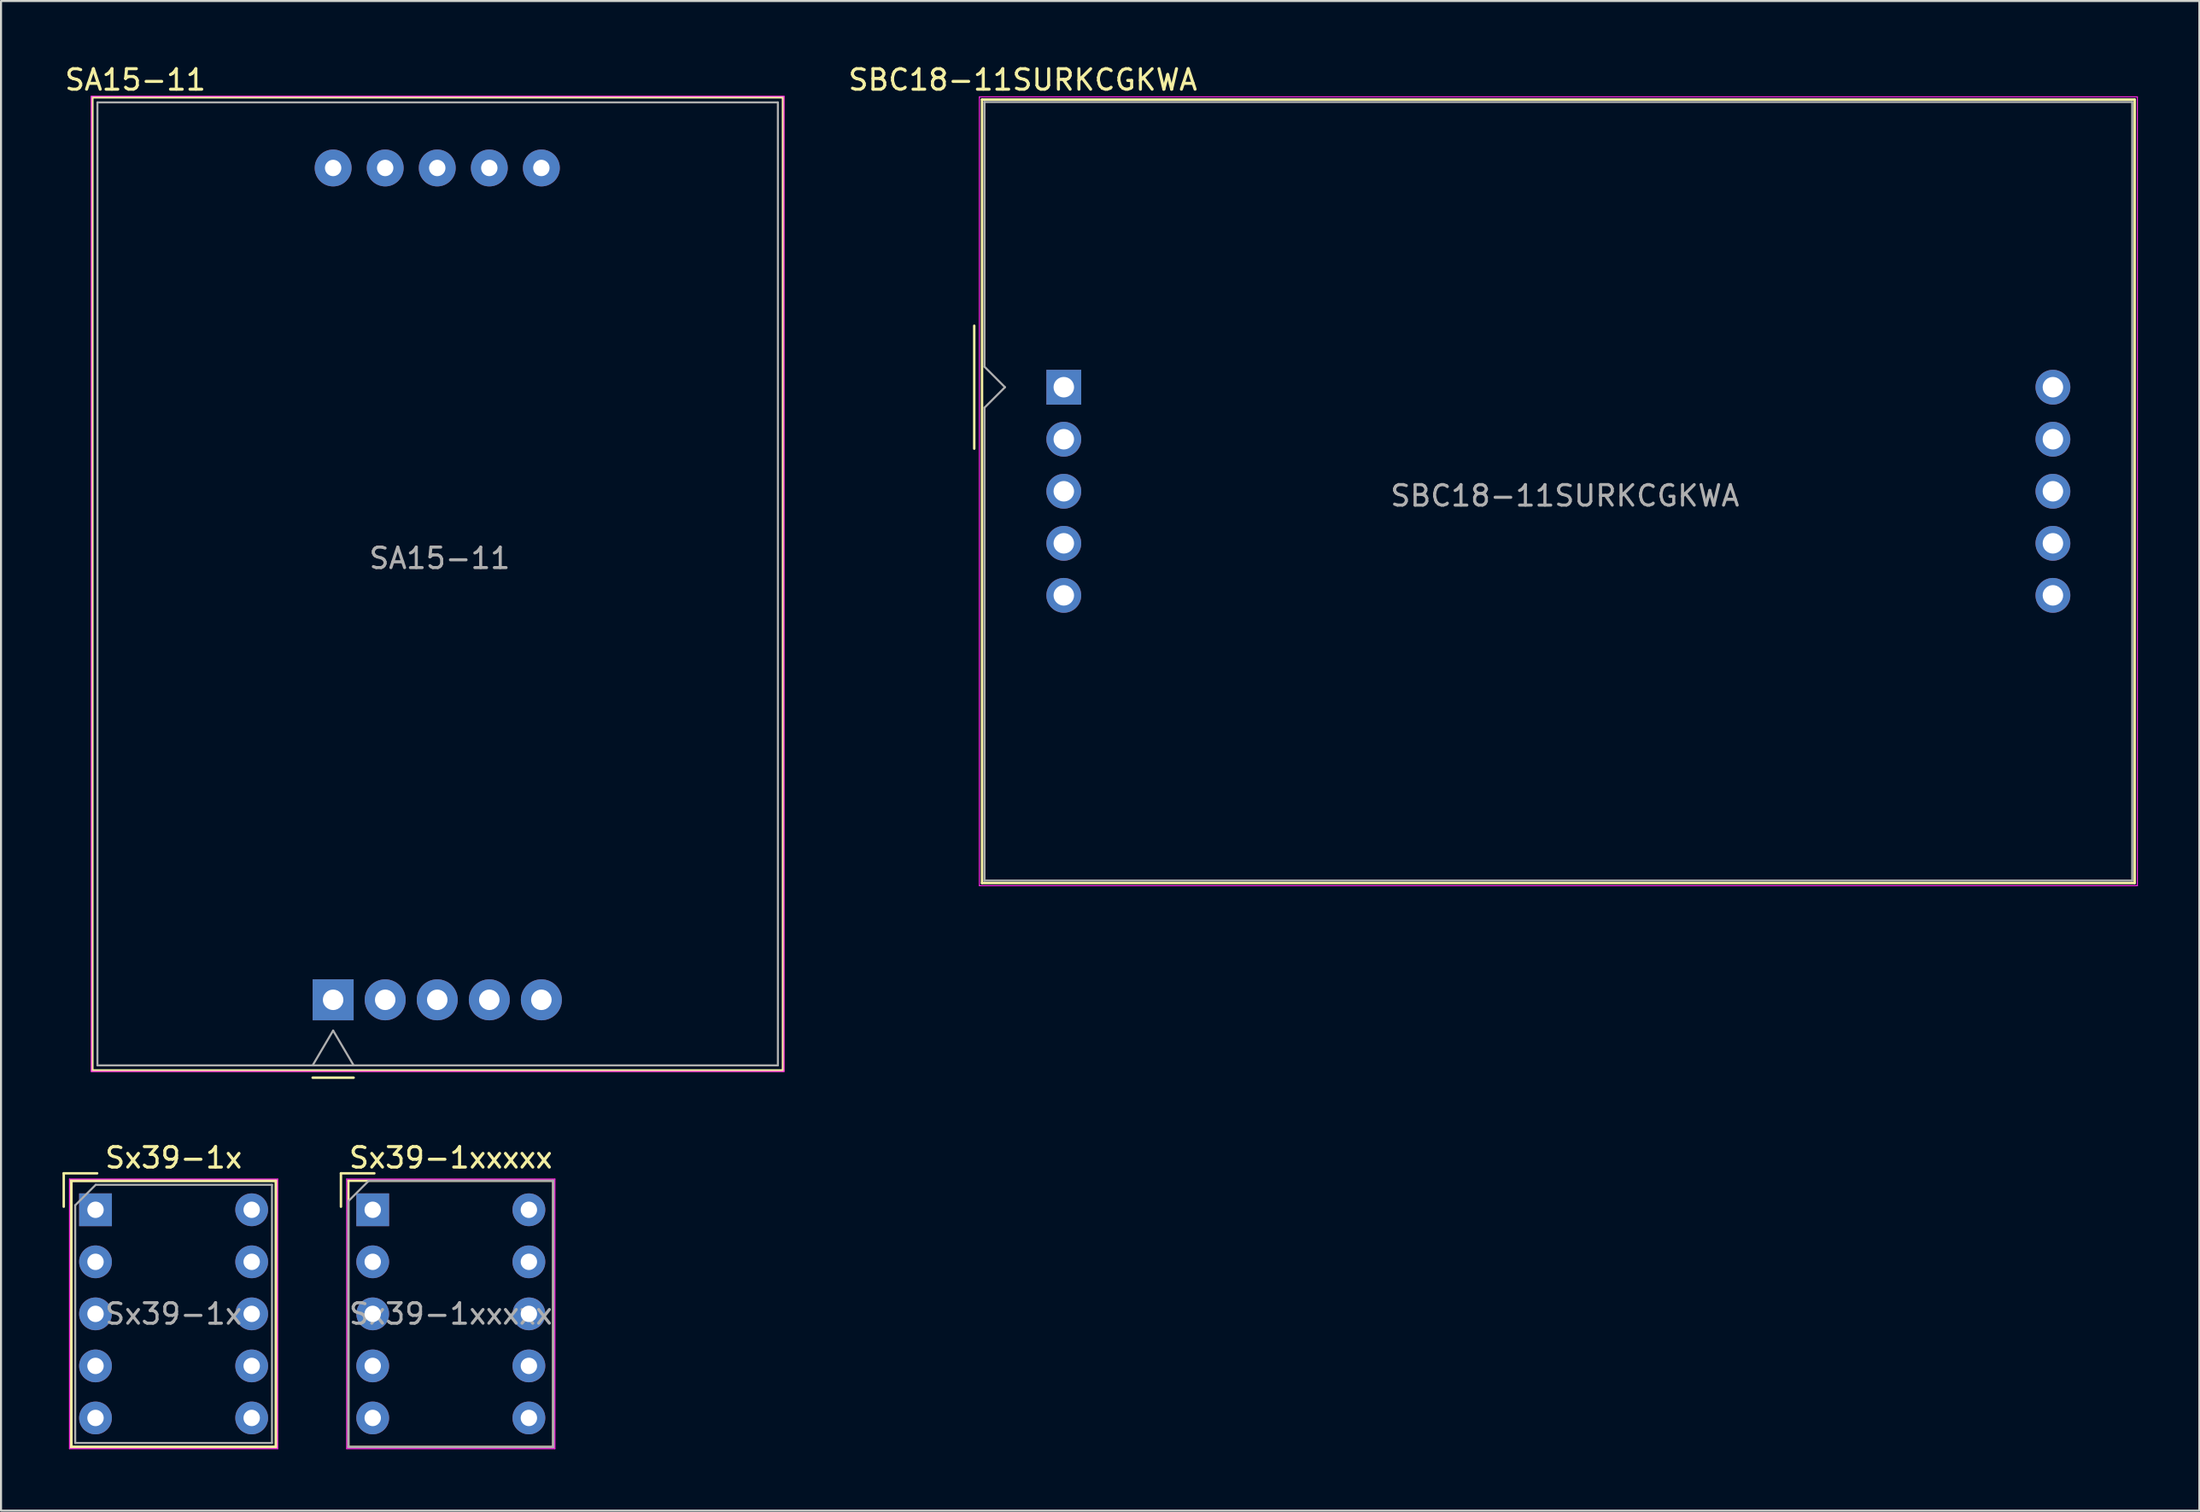
<source format=kicad_pcb>
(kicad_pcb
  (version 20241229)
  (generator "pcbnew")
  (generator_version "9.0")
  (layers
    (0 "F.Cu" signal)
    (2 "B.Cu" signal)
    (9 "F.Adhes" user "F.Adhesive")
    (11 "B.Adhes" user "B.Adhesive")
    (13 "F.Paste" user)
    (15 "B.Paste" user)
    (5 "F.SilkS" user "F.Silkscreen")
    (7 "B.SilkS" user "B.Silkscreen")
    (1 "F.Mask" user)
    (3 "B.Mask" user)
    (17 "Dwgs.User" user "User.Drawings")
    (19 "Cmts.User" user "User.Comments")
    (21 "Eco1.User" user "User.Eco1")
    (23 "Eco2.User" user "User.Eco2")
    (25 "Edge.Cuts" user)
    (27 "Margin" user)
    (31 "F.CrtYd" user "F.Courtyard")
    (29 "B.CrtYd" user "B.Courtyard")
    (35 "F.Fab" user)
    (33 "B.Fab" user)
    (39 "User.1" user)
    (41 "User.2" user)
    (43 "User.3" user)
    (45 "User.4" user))
  (footprint "SBC18-11SURKCGKWA"
    (layer "F.Cu")
    (at 48.854 15.848)
    (property "Reference" "SBC18-11SURKCGKWA" (at -2 -15 0) (layer "F.SilkS") (effects (font (size 1 1) (thickness 0.15))))
    (attr through_hole)
    (fp_line (start -4.37 -3) (end -4.37 3) (stroke (width 0.12) (type solid)) (layer "F.SilkS"))
    (fp_line (start -3.99 -14.04) (end 52.25 -14.04) (stroke (width 0.12) (type solid)) (layer "F.SilkS"))
    (fp_line (start -3.99 24.2) (end -3.99 -14.04) (stroke (width 0.12) (type solid)) (layer "F.SilkS"))
    (fp_line (start 52.25 -14.04) (end 52.25 24.2) (stroke (width 0.12) (type solid)) (layer "F.SilkS"))
    (fp_line (start 52.25 24.2) (end -3.99 24.2) (stroke (width 0.12) (type solid)) (layer "F.SilkS"))
    (fp_line (start -4.12 -14.17) (end 52.38 -14.17) (stroke (width 0.05) (type solid)) (layer "F.CrtYd"))
    (fp_line (start -4.12 24.33) (end -4.12 -14.17) (stroke (width 0.05) (type solid)) (layer "F.CrtYd"))
    (fp_line (start 52.38 -14.17) (end 52.38 24.33) (stroke (width 0.05) (type solid)) (layer "F.CrtYd"))
    (fp_line (start 52.38 24.33) (end -4.12 24.33) (stroke (width 0.05) (type solid)) (layer "F.CrtYd"))
    (fp_line (start -3.87 -13.92) (end 52.13 -13.92) (stroke (width 0.1) (type solid)) (layer "F.Fab"))
    (fp_line (start -3.87 -1) (end -3.87 -13.92) (stroke (width 0.1) (type solid)) (layer "F.Fab"))
    (fp_line (start -3.87 1) (end -2.87 0) (stroke (width 0.1) (type solid)) (layer "F.Fab"))
    (fp_line (start -3.87 24.08) (end -3.87 1) (stroke (width 0.1) (type solid)) (layer "F.Fab"))
    (fp_line (start -2.87 0) (end -3.87 -1) (stroke (width 0.1) (type solid)) (layer "F.Fab"))
    (fp_line (start 52.13 -13.92) (end 52.13 24.08) (stroke (width 0.1) (type solid)) (layer "F.Fab"))
    (fp_line (start 52.13 24.08) (end -3.87 24.08) (stroke (width 0.1) (type solid)) (layer "F.Fab"))
    (fp_text user "${REFERENCE}" (at 24.45 5.3 0) (layer "F.Fab") (effects (font (size 1 1) (thickness 0.15))))
    (pad "1" thru_hole rect (at 0 0) (size 1.7 1.7) (drill 1) (layers "*.Cu" "*.Mask"))
    (pad "2" thru_hole circle (at 0 2.54) (size 1.7 1.7) (drill 1) (layers "*.Cu" "*.Mask"))
    (pad "3" thru_hole circle (at 0 5.08) (size 1.7 1.7) (drill 1) (layers "*.Cu" "*.Mask"))
    (pad "4" thru_hole circle (at 0 7.62) (size 1.7 1.7) (drill 1) (layers "*.Cu" "*.Mask"))
    (pad "5" thru_hole circle (at 0 10.16) (size 1.7 1.7) (drill 1) (layers "*.Cu" "*.Mask"))
    (pad "6" thru_hole circle (at 48.26 10.16) (size 1.7 1.7) (drill 1) (layers "*.Cu" "*.Mask"))
    (pad "7" thru_hole circle (at 48.26 7.62) (size 1.7 1.7) (drill 1) (layers "*.Cu" "*.Mask"))
    (pad "8" thru_hole circle (at 48.26 5.08) (size 1.7 1.7) (drill 1) (layers "*.Cu" "*.Mask"))
    (pad "9" thru_hole circle (at 48.26 2.54) (size 1.7 1.7) (drill 1) (layers "*.Cu" "*.Mask"))
    (pad "10" thru_hole circle (at 48.26 0) (size 1.7 1.7) (drill 1) (layers "*.Cu" "*.Mask")))
  (footprint "SA15-11"
    (layer "F.Cu")
    (at 13.204 45.748)
    (property "Reference" "SA15-11" (at -9.65 -44.9 0) (layer "F.SilkS") (effects (font (size 1 1) (thickness 0.15))))
    (attr through_hole)
    (fp_line (start -11.75 -44.05) (end 21.95 -44.05) (stroke (width 0.12) (type solid)) (layer "F.SilkS"))
    (fp_line (start -11.75 3.45) (end -11.75 -44.05) (stroke (width 0.12) (type solid)) (layer "F.SilkS"))
    (fp_line (start -1 3.8) (end 1 3.8) (stroke (width 0.12) (type solid)) (layer "F.SilkS"))
    (fp_line (start 21.95 -44.05) (end 21.95 3.45) (stroke (width 0.12) (type solid)) (layer "F.SilkS"))
    (fp_line (start 21.95 3.45) (end -11.75 3.45) (stroke (width 0.12) (type solid)) (layer "F.SilkS"))
    (fp_line (start -11.8 -44.1) (end 22 -44.1) (stroke (width 0.05) (type solid)) (layer "F.CrtYd"))
    (fp_line (start -11.8 3.5) (end -11.8 -44.1) (stroke (width 0.05) (type solid)) (layer "F.CrtYd"))
    (fp_line (start 22 -44.1) (end 22 3.5) (stroke (width 0.05) (type solid)) (layer "F.CrtYd"))
    (fp_line (start 22 3.5) (end -11.8 3.5) (stroke (width 0.05) (type solid)) (layer "F.CrtYd"))
    (fp_line (start -11.5 -43.8) (end -11.5 3.2) (stroke (width 0.1) (type solid)) (layer "F.Fab"))
    (fp_line (start -11.5 3.2) (end 21.7 3.2) (stroke (width 0.1) (type solid)) (layer "F.Fab"))
    (fp_line (start -1 3.2) (end 0 1.5) (stroke (width 0.1) (type solid)) (layer "F.Fab"))
    (fp_line (start 0 1.5) (end 1 3.2) (stroke (width 0.1) (type solid)) (layer "F.Fab"))
    (fp_line (start 21.7 -43.8) (end -11.5 -43.8) (stroke (width 0.1) (type solid)) (layer "F.Fab"))
    (fp_line (start 21.7 3.2) (end 21.7 -43.8) (stroke (width 0.1) (type solid)) (layer "F.Fab"))
    (fp_text user "${REFERENCE}" (at 5.2 -21.55 0) (layer "F.Fab") (effects (font (size 1 1) (thickness 0.15))))
    (pad "1" thru_hole rect (at 0 0) (size 2 2) (drill 1) (layers "*.Cu" "*.Mask"))
    (pad "2" thru_hole circle (at 2.54 0) (size 2 2) (drill 1) (layers "*.Cu" "*.Mask"))
    (pad "3" thru_hole circle (at 5.08 0) (size 2 2) (drill 1) (layers "*.Cu" "*.Mask"))
    (pad "4" thru_hole circle (at 7.62 0) (size 2 2) (drill 1) (layers "*.Cu" "*.Mask"))
    (pad "5" thru_hole circle (at 10.16 0) (size 2 2) (drill 1) (layers "*.Cu" "*.Mask"))
    (pad "6" thru_hole circle (at 10.16 -40.6) (size 1.8 1.8) (drill 0.8) (layers "*.Cu" "*.Mask"))
    (pad "7" thru_hole circle (at 7.62 -40.6) (size 1.8 1.8) (drill 0.8) (layers "*.Cu" "*.Mask"))
    (pad "8" thru_hole circle (at 5.08 -40.6) (size 1.8 1.8) (drill 0.8) (layers "*.Cu" "*.Mask"))
    (pad "9" thru_hole circle (at 2.54 -40.6) (size 1.8 1.8) (drill 0.8) (layers "*.Cu" "*.Mask"))
    (pad "10" thru_hole circle (at 0 -40.6) (size 1.8 1.8) (drill 0.8) (layers "*.Cu" "*.Mask")))
  (footprint "Sx39-1x"
    (layer "F.Cu")
    (at 1.61 55.996)
    (property "Reference" "Sx39-1x" (at 3.81 -2.54 0) (layer "F.SilkS") (effects (font (size 1 1) (thickness 0.15))))
    (attr through_hole)
    (fp_line (start -1.55 -1.78) (end 0.08 -1.78) (stroke (width 0.12) (type solid)) (layer "F.SilkS"))
    (fp_line (start -1.55 -0.15) (end -1.55 -1.78) (stroke (width 0.12) (type solid)) (layer "F.SilkS"))
    (fp_line (start -1.19 -1.42) (end -1.19 11.58) (stroke (width 0.15) (type solid)) (layer "F.SilkS"))
    (fp_line (start -1.19 11.58) (end 8.81 11.58) (stroke (width 0.15) (type solid)) (layer "F.SilkS"))
    (fp_line (start 8.81 -1.42) (end -1.19 -1.42) (stroke (width 0.15) (type solid)) (layer "F.SilkS"))
    (fp_line (start 8.81 11.58) (end 8.81 -1.42) (stroke (width 0.15) (type solid)) (layer "F.SilkS"))
    (fp_line (start -1.27 -1.5) (end 8.89 -1.5) (stroke (width 0.05) (type solid)) (layer "F.CrtYd"))
    (fp_line (start -1.27 11.66) (end -1.27 -1.5) (stroke (width 0.05) (type solid)) (layer "F.CrtYd"))
    (fp_line (start 8.89 -1.5) (end 8.89 11.66) (stroke (width 0.05) (type solid)) (layer "F.CrtYd"))
    (fp_line (start 8.89 11.66) (end -1.27 11.66) (stroke (width 0.05) (type solid)) (layer "F.CrtYd"))
    (fp_line (start -0.99 -0.22) (end 0.01 -1.22) (stroke (width 0.1) (type solid)) (layer "F.Fab"))
    (fp_line (start -0.99 11.38) (end -0.99 -0.22) (stroke (width 0.1) (type solid)) (layer "F.Fab"))
    (fp_line (start 0.01 -1.22) (end 8.61 -1.22) (stroke (width 0.1) (type solid)) (layer "F.Fab"))
    (fp_line (start 8.61 -1.22) (end 8.61 11.38) (stroke (width 0.1) (type solid)) (layer "F.Fab"))
    (fp_line (start 8.61 11.38) (end -0.99 11.38) (stroke (width 0.1) (type solid)) (layer "F.Fab"))
    (fp_text user "${REFERENCE}" (at 3.81 5.08 0) (layer "F.Fab") (effects (font (size 1 1) (thickness 0.15))))
    (pad "1" thru_hole rect (at 0 0) (size 1.6 1.6) (drill 0.8) (layers "*.Cu" "*.Mask"))
    (pad "2" thru_hole circle (at 0 2.54) (size 1.6 1.6) (drill 0.8) (layers "*.Cu" "*.Mask"))
    (pad "3" thru_hole circle (at 0 5.08) (size 1.6 1.6) (drill 0.8) (layers "*.Cu" "*.Mask"))
    (pad "4" thru_hole circle (at 0 7.62) (size 1.6 1.6) (drill 0.8) (layers "*.Cu" "*.Mask"))
    (pad "5" thru_hole circle (at 0 10.16) (size 1.6 1.6) (drill 0.8) (layers "*.Cu" "*.Mask"))
    (pad "6" thru_hole circle (at 7.62 10.16) (size 1.6 1.6) (drill 0.8) (layers "*.Cu" "*.Mask"))
    (pad "7" thru_hole circle (at 7.62 7.62) (size 1.6 1.6) (drill 0.8) (layers "*.Cu" "*.Mask"))
    (pad "8" thru_hole circle (at 7.62 5.08) (size 1.6 1.6) (drill 0.8) (layers "*.Cu" "*.Mask"))
    (pad "9" thru_hole circle (at 7.62 2.54) (size 1.6 1.6) (drill 0.8) (layers "*.Cu" "*.Mask"))
    (pad "10" thru_hole circle (at 7.62 0) (size 1.6 1.6) (drill 0.8) (layers "*.Cu" "*.Mask")))
  (footprint "Sx39-1xxxxx"
    (layer "F.Cu")
    (at 15.135 55.996)
    (property "Reference" "Sx39-1xxxxx" (at 3.81 -2.54 0) (layer "F.SilkS") (effects (font (size 1 1) (thickness 0.15))))
    (attr through_hole)
    (fp_line (start -1.55 -1.78) (end 0.08 -1.78) (stroke (width 0.12) (type solid)) (layer "F.SilkS"))
    (fp_line (start -1.55 -0.15) (end -1.55 -1.78) (stroke (width 0.12) (type solid)) (layer "F.SilkS"))
    (fp_line (start -1.19 -1.42) (end -1.19 11.58) (stroke (width 0.12) (type solid)) (layer "F.SilkS"))
    (fp_line (start -1.19 11.58) (end 8.81 11.58) (stroke (width 0.12) (type solid)) (layer "F.SilkS"))
    (fp_line (start 8.81 -1.42) (end -1.19 -1.42) (stroke (width 0.12) (type solid)) (layer "F.SilkS"))
    (fp_line (start 8.81 11.58) (end 8.81 -1.42) (stroke (width 0.12) (type solid)) (layer "F.SilkS"))
    (fp_line (start -1.27 -1.5) (end 8.89 -1.5) (stroke (width 0.05) (type solid)) (layer "F.CrtYd"))
    (fp_line (start -1.27 11.66) (end -1.27 -1.5) (stroke (width 0.05) (type solid)) (layer "F.CrtYd"))
    (fp_line (start 8.89 -1.5) (end 8.89 11.66) (stroke (width 0.05) (type solid)) (layer "F.CrtYd"))
    (fp_line (start 8.89 11.66) (end -1.27 11.66) (stroke (width 0.05) (type solid)) (layer "F.CrtYd"))
    (fp_line (start -1.19 -0.42) (end -0.19 -1.42) (stroke (width 0.1) (type solid)) (layer "F.Fab"))
    (fp_line (start -1.19 11.58) (end -1.19 -0.42) (stroke (width 0.1) (type solid)) (layer "F.Fab"))
    (fp_line (start -0.19 -1.42) (end 8.81 -1.42) (stroke (width 0.1) (type solid)) (layer "F.Fab"))
    (fp_line (start 8.81 -1.42) (end 8.81 11.58) (stroke (width 0.1) (type solid)) (layer "F.Fab"))
    (fp_line (start 8.81 11.58) (end -1.19 11.58) (stroke (width 0.1) (type solid)) (layer "F.Fab"))
    (fp_text user "${REFERENCE}" (at 3.81 5.08 0) (layer "F.Fab") (effects (font (size 1 1) (thickness 0.15))))
    (pad "1" thru_hole rect (at 0 0) (size 1.6 1.6) (drill 0.8) (layers "*.Cu" "*.Mask"))
    (pad "2" thru_hole circle (at 0 2.54) (size 1.6 1.6) (drill 0.8) (layers "*.Cu" "*.Mask"))
    (pad "3" thru_hole circle (at 0 5.08) (size 1.6 1.6) (drill 0.8) (layers "*.Cu" "*.Mask"))
    (pad "4" thru_hole circle (at 0 7.62) (size 1.6 1.6) (drill 0.8) (layers "*.Cu" "*.Mask"))
    (pad "5" thru_hole circle (at 0 10.16) (size 1.6 1.6) (drill 0.8) (layers "*.Cu" "*.Mask"))
    (pad "6" thru_hole circle (at 7.62 10.16) (size 1.6 1.6) (drill 0.8) (layers "*.Cu" "*.Mask"))
    (pad "7" thru_hole circle (at 7.62 7.62) (size 1.6 1.6) (drill 0.8) (layers "*.Cu" "*.Mask"))
    (pad "8" thru_hole circle (at 7.62 5.08) (size 1.6 1.6) (drill 0.8) (layers "*.Cu" "*.Mask"))
    (pad "9" thru_hole circle (at 7.62 2.54) (size 1.6 1.6) (drill 0.8) (layers "*.Cu" "*.Mask"))
    (pad "10" thru_hole circle (at 7.62 0) (size 1.6 1.6) (drill 0.8) (layers "*.Cu" "*.Mask")))
  (gr_rect
    (start -3 -3)
    (end 104.259 70.681)
    (stroke (width 0.1) (type default))
    (fill no)
    (layer "Edge.Cuts")))
</source>
